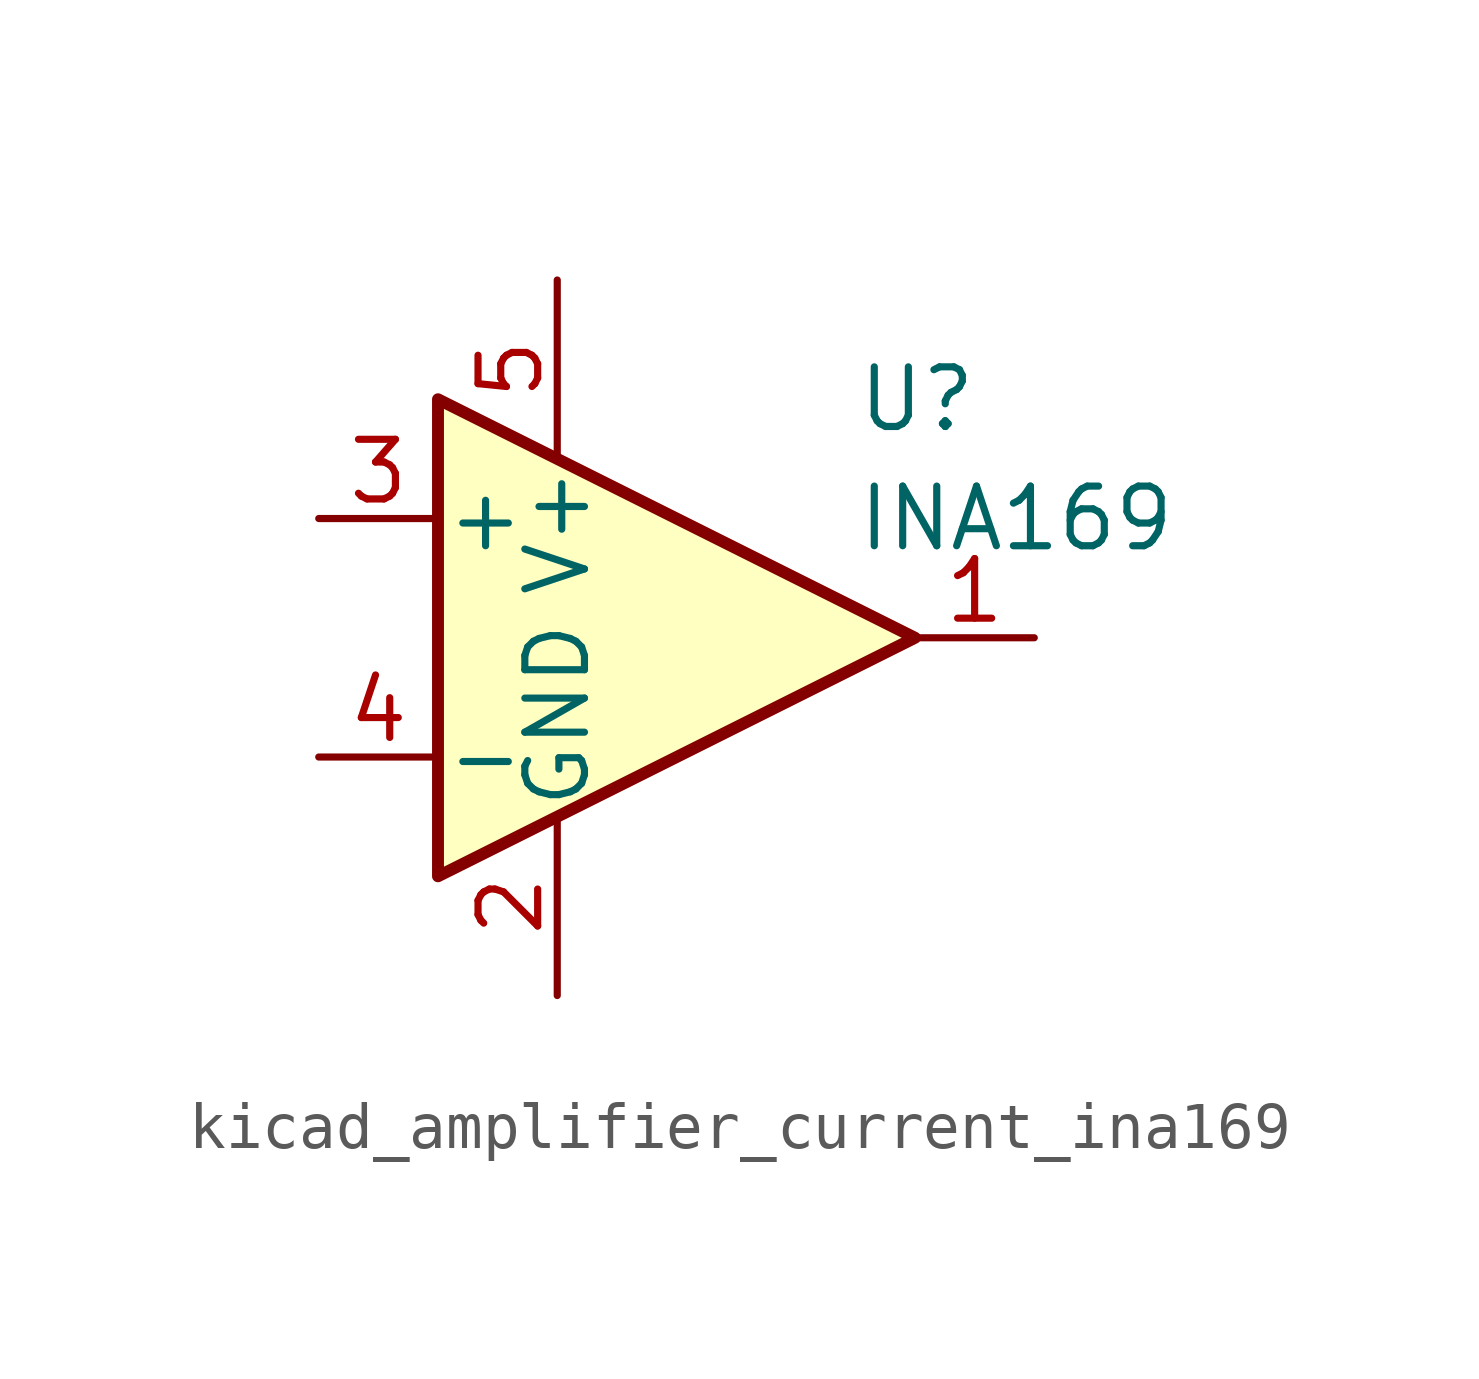
<source format=kicad_sym>
(kicad_symbol_lib
  (version 20220914)
  (generator kicad_symbol_editor)
  (symbol "kicad_amplifier_current_ina169"
    (pin_names
      (offset 0.127))
    (property "Reference" "U"
      (at 3.81 5.08 0)
      (effects (font (size 1.27 1.27)) (justify left)))
    (property "Value" "INA169"
      (at 3.81 2.54 0)
      (effects (font (size 1.27 1.27)) (justify left)))
    (symbol "kicad_amplifier_current_ina169_0_1"
      (polyline (pts (xy -5.08 5.08) (xy 5.08 0) (xy -5.08 -5.08) (xy -5.08 5.08)) (stroke (width 0.254) (type default)) (fill (type background))))
    (symbol "kicad_amplifier_current_ina169_1_1"
      (pin output line (at 7.62 0 180) (length 2.54) (name "~" (effects (font (size 1.27 1.27)))) (number "1" (effects (font (size 1.27 1.27)))))
      (pin power_in line (at -2.54 -7.62 90) (length 3.81) (name "GND" (effects (font (size 1.27 1.27)))) (number "2" (effects (font (size 1.27 1.27)))))
      (pin input line (at -7.62 2.54 0) (length 2.54) (name "+" (effects (font (size 1.27 1.27)))) (number "3" (effects (font (size 1.27 1.27)))))
      (pin input line (at -7.62 -2.54 0) (length 2.54) (name "-" (effects (font (size 1.27 1.27)))) (number "4" (effects (font (size 1.27 1.27)))))
      (pin power_in line (at -2.54 7.62 270) (length 3.81) (name "V+" (effects (font (size 1.27 1.27)))) (number "5" (effects (font (size 1.27 1.27))))))))
</source>
